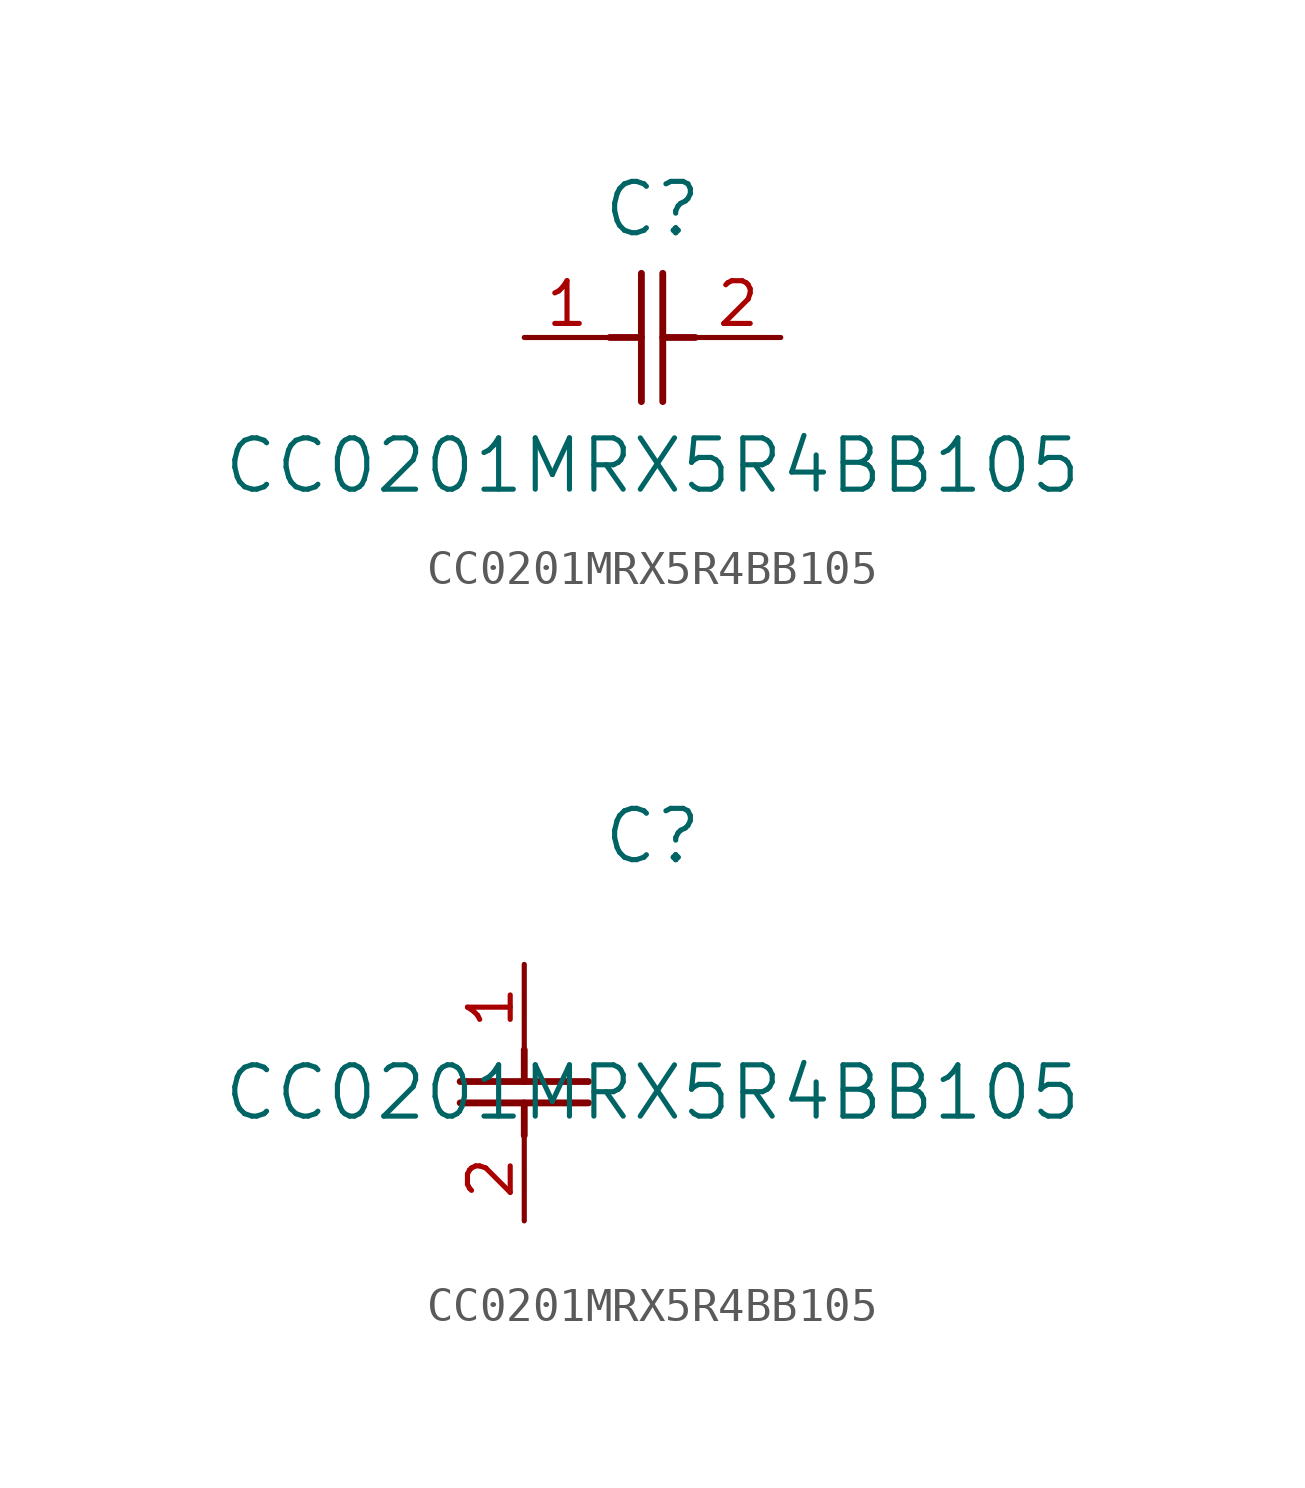
<source format=kicad_sym>
(kicad_symbol_lib
  (version 20211014)
  (generator kicad_symbol_editor)
  (symbol "CC0201MRX5R4BB105"
    (pin_names
      (offset 0.254))
    (property "Reference" "C"
      (at 3.81 3.81 0)
      (effects (font (size 1.524 1.524))))
    (property "Value" "CC0201MRX5R4BB105"
      (at 3.81 -3.81 0)
      (effects (font (size 1.524 1.524))))
    (symbol "CC0201MRX5R4BB105_1_1"
      (polyline (pts (xy 3.48 -1.905) (xy 3.48 1.905)) (stroke (width 0.203) (type default) (color 0 0 0 0)) (fill (type none)))
      (polyline (pts (xy 4.115 -1.905) (xy 4.115 1.905)) (stroke (width 0.203) (type default) (color 0 0 0 0)) (fill (type none)))
      (polyline (pts (xy 4.115 0) (xy 5.08 0)) (stroke (width 0.203) (type default) (color 0 0 0 0)) (fill (type none)))
      (polyline (pts (xy 2.54 0) (xy 3.48 0)) (stroke (width 0.203) (type default) (color 0 0 0 0)) (fill (type none)))
      (pin unspecified line (at 0 0 0) (length 2.54) (name "" (effects (font (size 1.27 1.27)))) (number "1" (effects (font (size 1.27 1.27)))))
      (pin unspecified line (at 7.62 0 180) (length 2.54) (name "" (effects (font (size 1.27 1.27)))) (number "2" (effects (font (size 1.27 1.27))))))
    (symbol "CC0201MRX5R4BB105_1_2"
      (polyline (pts (xy -1.905 -3.48) (xy 1.905 -3.48)) (stroke (width 0.203) (type default) (color 0 0 0 0)) (fill (type none)))
      (polyline (pts (xy -1.905 -4.115) (xy 1.905 -4.115)) (stroke (width 0.203) (type default) (color 0 0 0 0)) (fill (type none)))
      (polyline (pts (xy 0 -4.115) (xy 0 -5.08)) (stroke (width 0.203) (type default) (color 0 0 0 0)) (fill (type none)))
      (polyline (pts (xy 0 -2.54) (xy 0 -3.48)) (stroke (width 0.203) (type default) (color 0 0 0 0)) (fill (type none)))
      (pin unspecified line (at 0 0 270) (length 2.54) (name "" (effects (font (size 1.27 1.27)))) (number "1" (effects (font (size 1.27 1.27)))))
      (pin unspecified line (at 0 -7.62 90) (length 2.54) (name "" (effects (font (size 1.27 1.27)))) (number "2" (effects (font (size 1.27 1.27))))))))
</source>
